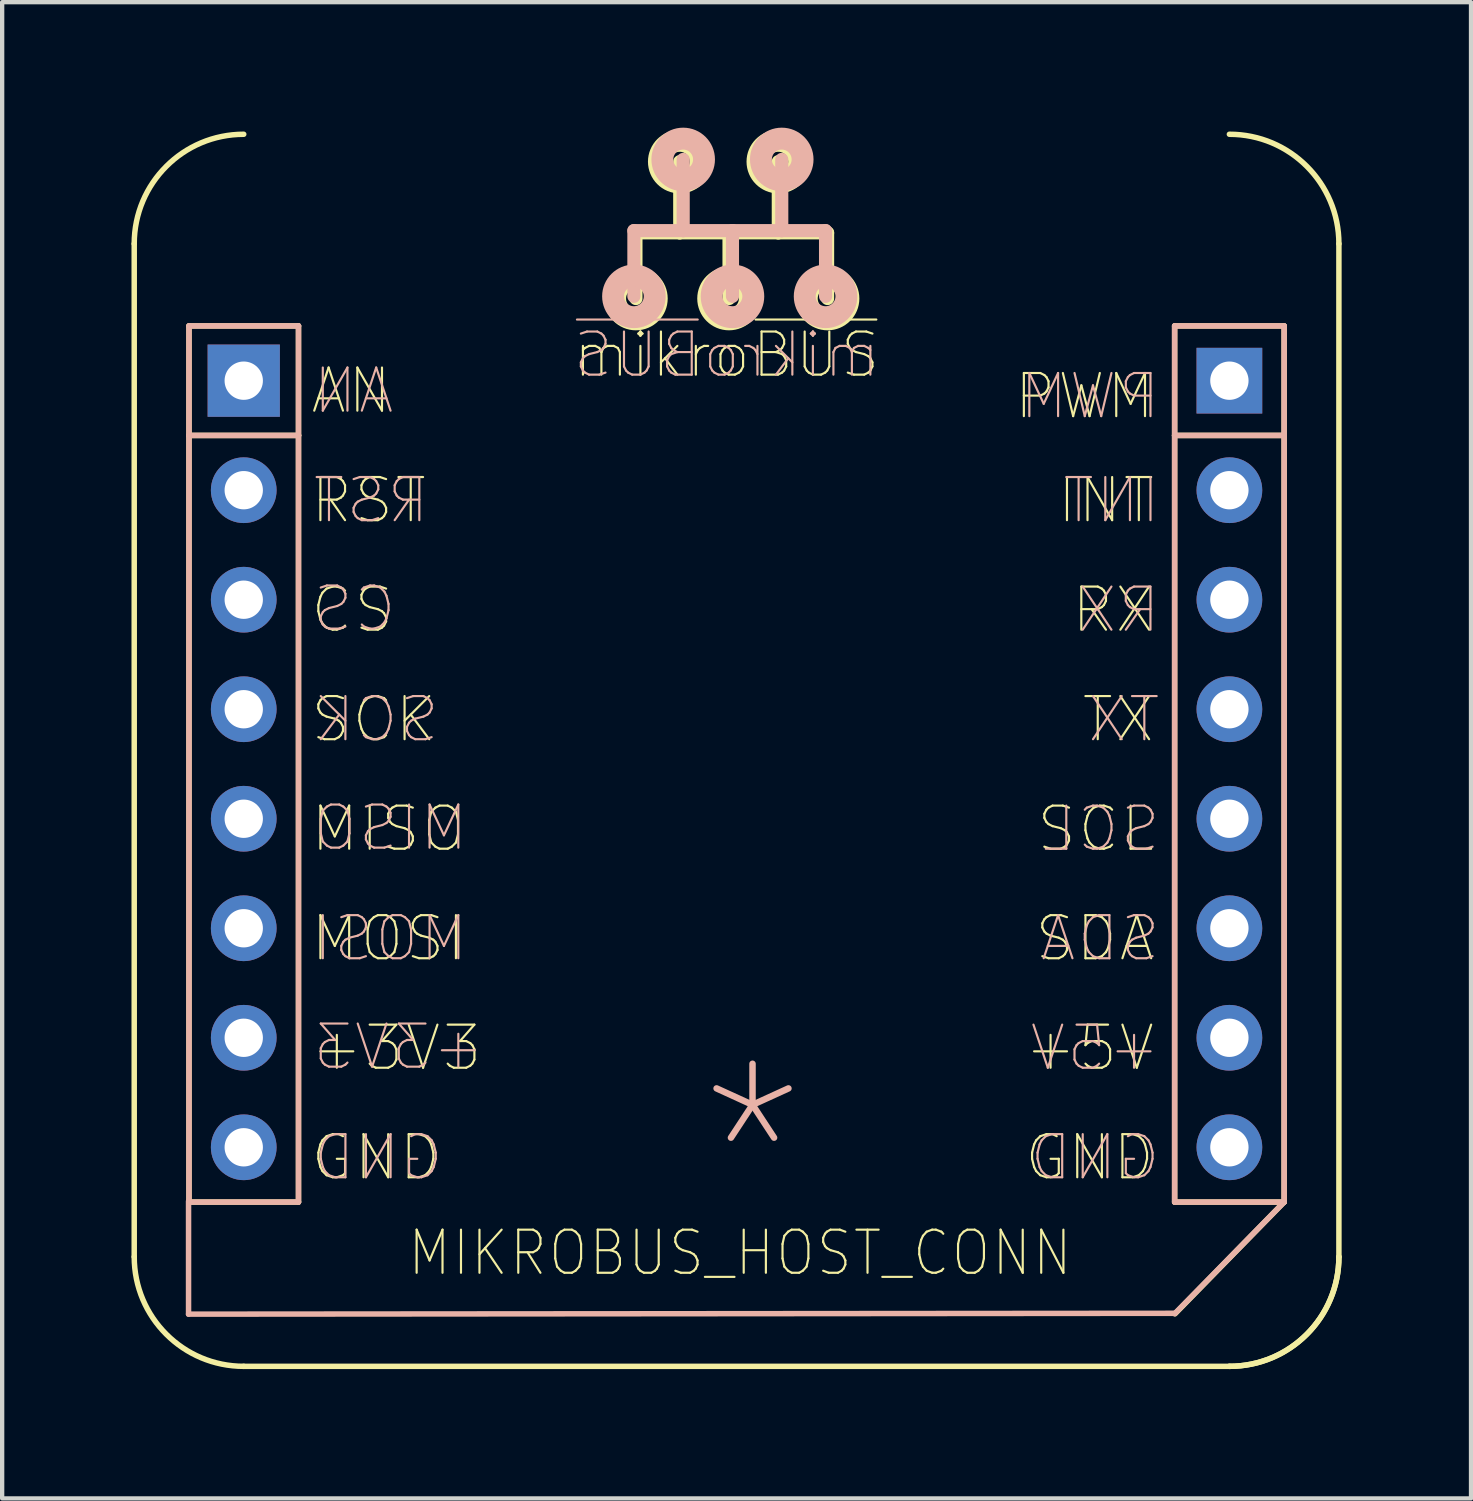
<source format=kicad_pcb>
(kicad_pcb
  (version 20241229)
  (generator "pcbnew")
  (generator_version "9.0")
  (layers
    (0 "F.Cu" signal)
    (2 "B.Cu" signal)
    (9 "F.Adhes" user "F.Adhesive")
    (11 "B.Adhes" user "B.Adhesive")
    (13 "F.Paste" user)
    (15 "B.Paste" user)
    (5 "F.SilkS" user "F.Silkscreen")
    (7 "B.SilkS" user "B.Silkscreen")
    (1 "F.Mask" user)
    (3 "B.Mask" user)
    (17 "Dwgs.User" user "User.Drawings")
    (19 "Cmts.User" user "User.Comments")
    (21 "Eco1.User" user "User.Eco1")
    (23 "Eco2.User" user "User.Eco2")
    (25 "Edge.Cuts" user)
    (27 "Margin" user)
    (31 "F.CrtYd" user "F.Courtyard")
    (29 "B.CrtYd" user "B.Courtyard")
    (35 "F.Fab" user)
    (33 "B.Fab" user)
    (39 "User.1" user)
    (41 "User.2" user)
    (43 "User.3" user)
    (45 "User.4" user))
  (footprint "MIKROBUS_HOST_CONN"
    (layer "F.Cu")
    (at 2.603 5.779)
    (property "Reference" "MIKROBUS_HOST_CONN" (at 11.51 20.23 0) (layer "F.SilkS") (effects (font (size 1 0.9) (thickness 0.05))))
    (attr through_hole)
    (fp_line (start -2.54 -3.175) (end -2.54 20.32) (stroke (width 0.127) (type solid)) (layer "F.SilkS"))
    (fp_line (start -1.27 -1.27) (end -1.27 1.27) (stroke (width 0.127) (type solid)) (layer "F.SilkS"))
    (fp_line (start -1.27 1.27) (end -1.27 19.05) (stroke (width 0.127) (type solid)) (layer "F.SilkS"))
    (fp_line (start -1.27 1.27) (end 1.27 1.27) (stroke (width 0.127) (type solid)) (layer "F.SilkS"))
    (fp_line (start -1.27 19.05) (end 1.27 19.05) (stroke (width 0.127) (type solid)) (layer "F.SilkS"))
    (fp_line (start 0 22.86) (end 22.86 22.86) (stroke (width 0.127) (type solid)) (layer "F.SilkS"))
    (fp_line (start 1.27 -1.27) (end -1.27 -1.27) (stroke (width 0.127) (type solid)) (layer "F.SilkS"))
    (fp_line (start 1.27 1.27) (end 1.27 -1.27) (stroke (width 0.127) (type solid)) (layer "F.SilkS"))
    (fp_line (start 1.27 19.05) (end 1.27 1.27) (stroke (width 0.127) (type solid)) (layer "F.SilkS"))
    (fp_line (start 9.096 -3.429) (end 9.096 -1.905) (stroke (width 0.305) (type solid)) (layer "F.SilkS"))
    (fp_line (start 9.096 -3.429) (end 10.112 -3.429) (stroke (width 0.305) (type solid)) (layer "F.SilkS"))
    (fp_line (start 10.112 -3.429) (end 10.112 -5.08) (stroke (width 0.305) (type solid)) (layer "F.SilkS"))
    (fp_line (start 10.112 -3.429) (end 11.255 -3.429) (stroke (width 0.305) (type solid)) (layer "F.SilkS"))
    (fp_line (start 11.255 -3.429) (end 11.255 -1.905) (stroke (width 0.305) (type solid)) (layer "F.SilkS"))
    (fp_line (start 11.255 -3.429) (end 12.398 -3.429) (stroke (width 0.305) (type solid)) (layer "F.SilkS"))
    (fp_line (start 12.398 -3.429) (end 12.398 -5.08) (stroke (width 0.305) (type solid)) (layer "F.SilkS"))
    (fp_line (start 12.398 -3.429) (end 13.541 -3.429) (stroke (width 0.305) (type solid)) (layer "F.SilkS"))
    (fp_line (start 13.541 -3.429) (end 13.541 -1.905) (stroke (width 0.305) (type solid)) (layer "F.SilkS"))
    (fp_line (start 21.59 -1.27) (end 21.59 1.27) (stroke (width 0.127) (type solid)) (layer "F.SilkS"))
    (fp_line (start 21.59 -1.27) (end 24.13 -1.27) (stroke (width 0.127) (type solid)) (layer "F.SilkS"))
    (fp_line (start 21.59 1.27) (end 21.59 19.05) (stroke (width 0.127) (type solid)) (layer "F.SilkS"))
    (fp_line (start 21.59 1.27) (end 24.13 1.27) (stroke (width 0.127) (type solid)) (layer "F.SilkS"))
    (fp_line (start 21.59 19.05) (end 24.13 19.05) (stroke (width 0.127) (type solid)) (layer "F.SilkS"))
    (fp_line (start 24.13 -1.27) (end 24.13 19.05) (stroke (width 0.127) (type solid)) (layer "F.SilkS"))
    (fp_line (start 24.13 19.05) (end 21.6 21.64) (stroke (width 0.127) (type solid)) (layer "F.SilkS"))
    (fp_line (start 25.4 -3.175) (end 25.4 20.32) (stroke (width 0.127) (type solid)) (layer "F.SilkS"))
    (fp_arc (start -2.54 -3.175) (mid -1.796051 -4.971051) (end 0 -5.715) (stroke (width 0.127) (type solid)) (layer "F.SilkS"))
    (fp_arc (start 0 22.86) (mid -1.796051 22.116051) (end -2.54 20.32) (stroke (width 0.127) (type solid)) (layer "F.SilkS"))
    (fp_arc (start 22.86 -5.715) (mid 24.656051 -4.971051) (end 25.4 -3.175) (stroke (width 0.127) (type solid)) (layer "F.SilkS"))
    (fp_arc (start 25.4 20.32) (mid 24.656051 22.116051) (end 22.86 22.86) (stroke (width 0.127) (type solid)) (layer "F.SilkS"))
    (fp_arc (start 25.4 20.32) (mid 24.656051 22.116051) (end 22.86 22.86) (stroke (width 0.127) (type solid)) (layer "F.SilkS"))
    (fp_circle (center 9.096 -1.905) (end 9.325 -1.905) (stroke (width 0.508) (type solid)) (fill no) (layer "F.SilkS"))
    (fp_circle (center 10.112 -5.08) (end 10.341 -5.08) (stroke (width 0.508) (type solid)) (fill no) (layer "F.SilkS"))
    (fp_circle (center 11.255 -1.905) (end 11.484 -1.905) (stroke (width 0.508) (type solid)) (fill no) (layer "F.SilkS"))
    (fp_circle (center 12.398 -5.08) (end 12.627 -5.08) (stroke (width 0.508) (type solid)) (fill no) (layer "F.SilkS"))
    (fp_circle (center 13.541 -1.905) (end 13.77 -1.905) (stroke (width 0.508) (type solid)) (fill no) (layer "F.SilkS"))
    (fp_line (start -1.28 19.03) (end -1.28 21.65) (stroke (width 0.127) (type solid)) (layer "B.SilkS"))
    (fp_line (start -1.28 21.65) (end 21.59 21.63) (stroke (width 0.127) (type solid)) (layer "B.SilkS"))
    (fp_line (start -1.27 -1.27) (end -1.27 1.27) (stroke (width 0.127) (type solid)) (layer "B.SilkS"))
    (fp_line (start -1.27 1.27) (end -1.27 19.05) (stroke (width 0.127) (type solid)) (layer "B.SilkS"))
    (fp_line (start -1.27 1.27) (end 1.27 1.27) (stroke (width 0.127) (type solid)) (layer "B.SilkS"))
    (fp_line (start -1.27 19.05) (end 1.27 19.05) (stroke (width 0.127) (type solid)) (layer "B.SilkS"))
    (fp_line (start 1.27 -1.27) (end -1.27 -1.27) (stroke (width 0.127) (type solid)) (layer "B.SilkS"))
    (fp_line (start 1.27 1.27) (end 1.27 -1.27) (stroke (width 0.127) (type solid)) (layer "B.SilkS"))
    (fp_line (start 1.27 19.05) (end 1.27 1.27) (stroke (width 0.127) (type solid)) (layer "B.SilkS"))
    (fp_line (start 9.049 -3.48) (end 9.049 -1.956) (stroke (width 0.305) (type solid)) (layer "B.SilkS"))
    (fp_line (start 10.192 -3.48) (end 9.049 -3.48) (stroke (width 0.305) (type solid)) (layer "B.SilkS"))
    (fp_line (start 10.192 -3.48) (end 10.192 -5.131) (stroke (width 0.305) (type solid)) (layer "B.SilkS"))
    (fp_line (start 11.335 -3.48) (end 10.192 -3.48) (stroke (width 0.305) (type solid)) (layer "B.SilkS"))
    (fp_line (start 11.335 -3.48) (end 11.335 -1.956) (stroke (width 0.305) (type solid)) (layer "B.SilkS"))
    (fp_line (start 12.478 -3.48) (end 11.335 -3.48) (stroke (width 0.305) (type solid)) (layer "B.SilkS"))
    (fp_line (start 12.478 -3.48) (end 12.478 -5.131) (stroke (width 0.305) (type solid)) (layer "B.SilkS"))
    (fp_line (start 13.494 -3.48) (end 12.478 -3.48) (stroke (width 0.305) (type solid)) (layer "B.SilkS"))
    (fp_line (start 13.494 -3.48) (end 13.494 -1.956) (stroke (width 0.305) (type solid)) (layer "B.SilkS"))
    (fp_line (start 21.59 -1.27) (end 21.59 1.27) (stroke (width 0.127) (type solid)) (layer "B.SilkS"))
    (fp_line (start 21.59 -1.27) (end 24.13 -1.27) (stroke (width 0.127) (type solid)) (layer "B.SilkS"))
    (fp_line (start 21.59 1.27) (end 21.59 19.05) (stroke (width 0.127) (type solid)) (layer "B.SilkS"))
    (fp_line (start 21.59 1.27) (end 24.13 1.27) (stroke (width 0.127) (type solid)) (layer "B.SilkS"))
    (fp_line (start 21.59 19.05) (end 24.13 19.05) (stroke (width 0.127) (type solid)) (layer "B.SilkS"))
    (fp_line (start 24.13 -1.27) (end 24.13 19.05) (stroke (width 0.127) (type solid)) (layer "B.SilkS"))
    (fp_line (start 24.13 19.05) (end 21.59 21.64) (stroke (width 0.127) (type solid)) (layer "B.SilkS"))
    (fp_circle (center 9.049 -1.956) (end 9.278 -1.956) (stroke (width 0.508) (type solid)) (fill no) (layer "B.SilkS"))
    (fp_circle (center 10.192 -5.131) (end 10.421 -5.131) (stroke (width 0.508) (type solid)) (fill no) (layer "B.SilkS"))
    (fp_circle (center 11.335 -1.956) (end 11.564 -1.956) (stroke (width 0.508) (type solid)) (fill no) (layer "B.SilkS"))
    (fp_circle (center 12.478 -5.131) (end 12.707 -5.131) (stroke (width 0.508) (type solid)) (fill no) (layer "B.SilkS"))
    (fp_circle (center 13.494 -1.956) (end 13.723 -1.956) (stroke (width 0.508) (type solid)) (fill no) (layer "B.SilkS"))
    (fp_text user "SCL" (at 19.759 10.395 0) (layer "F.SilkS") (effects (font (size 1 1) (thickness 0.05))))
    (fp_text user "+5V" (at 19.617 15.475 0) (layer "F.SilkS") (effects (font (size 1 1) (thickness 0.05))))
    (fp_text user "RST" (at 2.897 2.775 0) (layer "F.SilkS") (effects (font (size 1 1) (thickness 0.05))))
    (fp_text user "PWM" (at 19.498 0.362 0) (layer "F.SilkS") (effects (font (size 1 1) (thickness 0.05))))
    (fp_text user "SDA" (at 19.736 12.935 0) (layer "F.SilkS") (effects (font (size 1 1) (thickness 0.05))))
    (fp_text user "+3V3" (at 3.54 15.475 0) (layer "F.SilkS") (effects (font (size 1 1) (thickness 0.05))))
    (fp_text user "MISO" (at 3.35 10.395 0) (layer "F.SilkS") (effects (font (size 1 1) (thickness 0.05))))
    (fp_text user "MOSI" (at 3.35 12.935 0) (layer "F.SilkS") (effects (font (size 1 1) (thickness 0.05))))
    (fp_text user "GND" (at 3.064 18.015 0) (layer "F.SilkS") (effects (font (size 1 1) (thickness 0.05))))
    (fp_text user "mikro~{BUS}" (at 11.2 -0.6 0) (layer "F.SilkS") (effects (font (size 1 1) (thickness 0.05))))
    (fp_text user "CS" (at 2.516 5.315 0) (layer "F.SilkS") (effects (font (size 1 1) (thickness 0.05))))
    (fp_text user "GND" (at 19.617 18.015 0) (layer "F.SilkS") (effects (font (size 1 1) (thickness 0.05))))
    (fp_text user "SCK" (at 3.016 7.855 0) (layer "F.SilkS") (effects (font (size 1 1) (thickness 0.05))))
    (fp_text user "INT" (at 19.998 2.775 0) (layer "F.SilkS") (effects (font (size 1 1) (thickness 0.05))))
    (fp_text user "AN" (at 2.492 0.235 0) (layer "F.SilkS") (effects (font (size 1 1) (thickness 0.05))))
    (fp_text user "RX" (at 20.164 5.315 0) (layer "F.SilkS") (effects (font (size 1 1) (thickness 0.05))))
    (fp_text user "TX" (at 20.283 7.855 0) (layer "F.SilkS") (effects (font (size 1 1) (thickness 0.05))))
    (fp_text user "PWM" (at 19.625 0.362 0) (layer "B.SilkS") (effects (font (size 1 1) (thickness 0.05)) (justify mirror)))
    (fp_text user "RX" (at 20.291 5.315 0) (layer "B.SilkS") (effects (font (size 1 1) (thickness 0.05)) (justify mirror)))
    (fp_text user "CS" (at 2.572 5.29 0) (layer "B.SilkS") (effects (font (size 1 1) (thickness 0.05)) (justify mirror)))
    (fp_text user "MISO" (at 3.405 10.37 0) (layer "B.SilkS") (effects (font (size 1 1) (thickness 0.05)) (justify mirror)))
    (fp_text user "TX" (at 20.411 7.855 0) (layer "B.SilkS") (effects (font (size 1 1) (thickness 0.05)) (justify mirror)))
    (fp_text user "SDA" (at 19.863 12.935 0) (layer "B.SilkS") (effects (font (size 1 1) (thickness 0.05)) (justify mirror)))
    (fp_text user "MOSI" (at 3.405 12.935 0) (layer "B.SilkS") (effects (font (size 1 1) (thickness 0.05)) (justify mirror)))
    (fp_text user "GND" (at 19.744 18.015 0) (layer "B.SilkS") (effects (font (size 1 1) (thickness 0.05)) (justify mirror)))
    (fp_text user "mikro~{BUS}" (at 11.2 -0.6 0) (layer "B.SilkS") (effects (font (size 1 1) (thickness 0.05)) (justify mirror)))
    (fp_text user "+5V" (at 19.744 15.475 0) (layer "B.SilkS") (effects (font (size 1 1) (thickness 0.05)) (justify mirror)))
    (fp_text user "INT" (at 20.125 2.775 0) (layer "B.SilkS") (effects (font (size 1 1) (thickness 0.05)) (justify mirror)))
    (fp_text user "AN" (at 2.548 0.235 0) (layer "B.SilkS") (effects (font (size 1 1) (thickness 0.05)) (justify mirror)))
    (fp_text user "*" (at 11.8 18 0) (layer "B.SilkS") (effects (font (size 4 3.5) (thickness 0.15)) (justify mirror)))
    (fp_text user "SCL" (at 19.887 10.395 0) (layer "B.SilkS") (effects (font (size 1 1) (thickness 0.05)) (justify mirror)))
    (fp_text user "SCK" (at 3.072 7.855 0) (layer "B.SilkS") (effects (font (size 1 1) (thickness 0.05)) (justify mirror)))
    (fp_text user "RST" (at 2.953 2.775 0) (layer "B.SilkS") (effects (font (size 1 1) (thickness 0.05)) (justify mirror)))
    (fp_text user "+3V3" (at 3.596 15.45 0) (layer "B.SilkS") (effects (font (size 1 1) (thickness 0.05)) (justify mirror)))
    (fp_text user "GND" (at 3.12 18.015 0) (layer "B.SilkS") (effects (font (size 1 1) (thickness 0.05)) (justify mirror)))
    (pad "P1" thru_hole rect (at 0 0) (size 1.676 1.676) (drill 0.889) (layers "*.Cu" "*.Mask"))
    (pad "P2" thru_hole circle (at 0 2.54) (size 1.524 1.524) (drill 0.889) (layers "*.Cu" "*.Mask"))
    (pad "P3" thru_hole circle (at 0 5.08) (size 1.524 1.524) (drill 0.889) (layers "*.Cu" "*.Mask"))
    (pad "P4" thru_hole circle (at 0 7.62) (size 1.524 1.524) (drill 0.889) (layers "*.Cu" "*.Mask"))
    (pad "P5" thru_hole circle (at 0 10.16) (size 1.524 1.524) (drill 0.889) (layers "*.Cu" "*.Mask"))
    (pad "P6" thru_hole circle (at 0 12.7) (size 1.524 1.524) (drill 0.889) (layers "*.Cu" "*.Mask"))
    (pad "P7" thru_hole circle (at 0 15.24) (size 1.524 1.524) (drill 0.889) (layers "*.Cu" "*.Mask"))
    (pad "P8" thru_hole circle (at 0 17.78) (size 1.524 1.524) (drill 0.889) (layers "*.Cu" "*.Mask"))
    (pad "P9" thru_hole circle (at 22.86 17.78) (size 1.524 1.524) (drill 0.889) (layers "*.Cu" "*.Mask"))
    (pad "P10" thru_hole circle (at 22.86 15.24) (size 1.524 1.524) (drill 0.889) (layers "*.Cu" "*.Mask"))
    (pad "P11" thru_hole circle (at 22.86 12.7) (size 1.524 1.524) (drill 0.889) (layers "*.Cu" "*.Mask"))
    (pad "P12" thru_hole circle (at 22.86 10.16) (size 1.524 1.524) (drill 0.889) (layers "*.Cu" "*.Mask"))
    (pad "P13" thru_hole circle (at 22.86 7.62) (size 1.524 1.524) (drill 0.889) (layers "*.Cu" "*.Mask"))
    (pad "P14" thru_hole circle (at 22.86 5.08) (size 1.524 1.524) (drill 0.889) (layers "*.Cu" "*.Mask"))
    (pad "P15" thru_hole circle (at 22.86 2.54) (size 1.524 1.524) (drill 0.889) (layers "*.Cu" "*.Mask"))
    (pad "P16" thru_hole rect (at 22.86 0) (size 1.524 1.524) (drill 0.889) (layers "*.Cu" "*.Mask")))
  (gr_rect
    (start -3 -3)
    (end 31.067 31.702)
    (stroke (width 0.1) (type default))
    (fill no)
    (layer "Edge.Cuts")))
</source>
